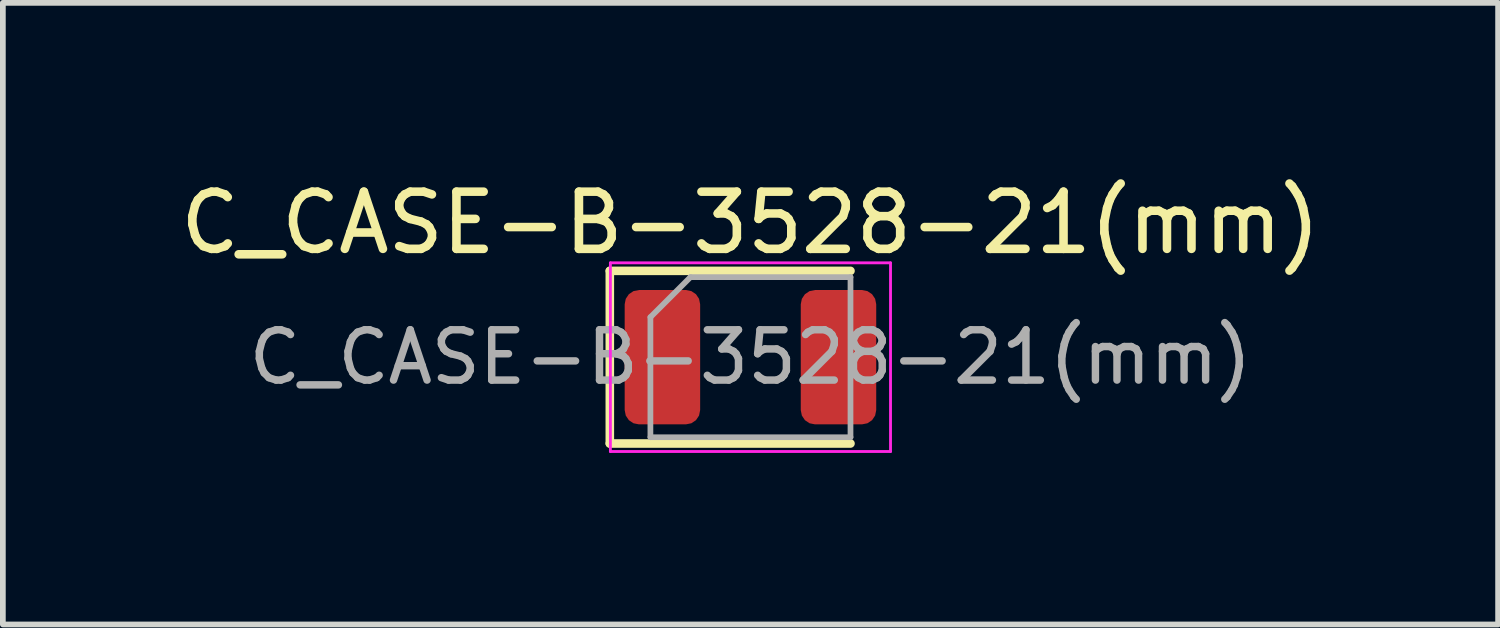
<source format=kicad_pcb>
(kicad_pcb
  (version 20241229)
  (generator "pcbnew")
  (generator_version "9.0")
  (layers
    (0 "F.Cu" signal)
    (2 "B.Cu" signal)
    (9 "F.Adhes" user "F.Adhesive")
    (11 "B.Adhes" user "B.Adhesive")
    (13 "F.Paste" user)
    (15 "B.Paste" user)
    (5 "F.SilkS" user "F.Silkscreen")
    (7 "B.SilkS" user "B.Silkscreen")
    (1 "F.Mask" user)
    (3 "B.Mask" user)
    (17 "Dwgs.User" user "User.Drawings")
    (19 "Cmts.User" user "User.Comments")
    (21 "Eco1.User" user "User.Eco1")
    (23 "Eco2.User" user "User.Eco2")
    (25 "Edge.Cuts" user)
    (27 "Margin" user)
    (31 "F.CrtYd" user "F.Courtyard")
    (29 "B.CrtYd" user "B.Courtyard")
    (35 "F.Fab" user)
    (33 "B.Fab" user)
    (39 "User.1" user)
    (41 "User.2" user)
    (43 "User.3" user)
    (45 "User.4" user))
  (footprint "C_CASE-B-3528-21(mm)"
    (layer "F.Cu")
    (at 10.077 3.198)
    (property "Reference" "C_CASE-B-3528-21(mm)" (at 0 -2.35 0) (layer "F.SilkS") (effects (font (size 1 1) (thickness 0.15))))
    (attr smd)
    (fp_line (start -2.46 -1.51) (end -2.46 1.51) (stroke (width 0.15) (type solid)) (layer "F.SilkS"))
    (fp_line (start -2.46 1.51) (end 1.75 1.51) (stroke (width 0.15) (type solid)) (layer "F.SilkS"))
    (fp_line (start 1.75 -1.51) (end -2.46 -1.51) (stroke (width 0.15) (type solid)) (layer "F.SilkS"))
    (fp_line (start -2.45 -1.65) (end 2.45 -1.65) (stroke (width 0.05) (type solid)) (layer "F.CrtYd"))
    (fp_line (start -2.45 1.65) (end -2.45 -1.65) (stroke (width 0.05) (type solid)) (layer "F.CrtYd"))
    (fp_line (start 2.45 -1.65) (end 2.45 1.65) (stroke (width 0.05) (type solid)) (layer "F.CrtYd"))
    (fp_line (start 2.45 1.65) (end -2.45 1.65) (stroke (width 0.05) (type solid)) (layer "F.CrtYd"))
    (fp_line (start -1.75 -0.7) (end -1.75 1.4) (stroke (width 0.1) (type solid)) (layer "F.Fab"))
    (fp_line (start -1.75 1.4) (end 1.75 1.4) (stroke (width 0.1) (type solid)) (layer "F.Fab"))
    (fp_line (start -1.05 -1.4) (end -1.75 -0.7) (stroke (width 0.1) (type solid)) (layer "F.Fab"))
    (fp_line (start 1.75 -1.4) (end -1.05 -1.4) (stroke (width 0.1) (type solid)) (layer "F.Fab"))
    (fp_line (start 1.75 1.4) (end 1.75 -1.4) (stroke (width 0.1) (type solid)) (layer "F.Fab"))
    (fp_text user "${REFERENCE}" (at 0 0 0) (layer "F.Fab") (effects (font (size 0.88 0.88) (thickness 0.13))))
    (pad "1" smd roundrect (at -1.54 0) (size 1.32 2.35) (layers "F.Cu" "F.Mask" "F.Paste") (roundrect_rratio 0.189))
    (pad "2" smd roundrect (at 1.54 0) (size 1.32 2.35) (layers "F.Cu" "F.Mask" "F.Paste") (roundrect_rratio 0.189)))
  (gr_rect
    (start -3 -3)
    (end 23.155 7.873)
    (stroke (width 0.1) (type default))
    (fill no)
    (layer "Edge.Cuts")))
</source>
